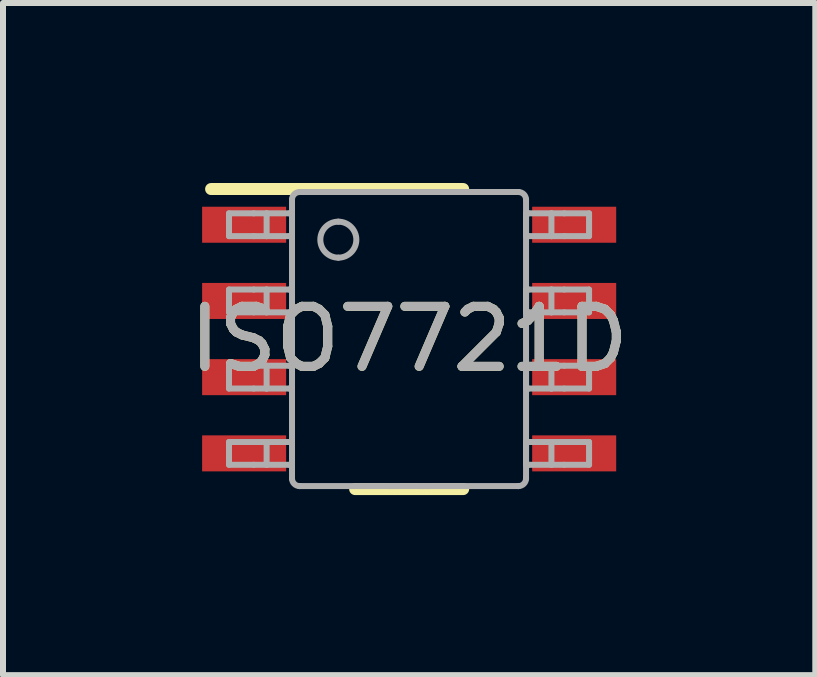
<source format=kicad_pcb>
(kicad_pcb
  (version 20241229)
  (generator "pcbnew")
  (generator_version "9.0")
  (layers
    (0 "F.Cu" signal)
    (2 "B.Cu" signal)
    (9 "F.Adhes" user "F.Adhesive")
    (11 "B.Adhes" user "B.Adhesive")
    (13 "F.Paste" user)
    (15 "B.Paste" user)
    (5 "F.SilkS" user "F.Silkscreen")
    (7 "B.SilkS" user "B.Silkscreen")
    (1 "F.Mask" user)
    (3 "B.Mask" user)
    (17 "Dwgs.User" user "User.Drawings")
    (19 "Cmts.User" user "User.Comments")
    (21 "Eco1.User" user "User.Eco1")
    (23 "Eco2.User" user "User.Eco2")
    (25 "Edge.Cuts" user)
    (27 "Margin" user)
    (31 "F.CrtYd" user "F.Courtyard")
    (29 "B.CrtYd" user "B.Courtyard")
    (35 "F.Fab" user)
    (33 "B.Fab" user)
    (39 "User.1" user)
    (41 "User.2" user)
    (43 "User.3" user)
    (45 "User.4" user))
  (footprint "ISO7721D"
    (layer "F.Cu")
    (at 3.768 2.6)
    (property "Reference" "ISO7721D" (at 0 0 0) (unlocked yes) (layer "F.SilkS") (effects (font (size 1 1) (thickness 0.15))))
    (attr smd)
    (fp_line (start -3.3 -2.5) (end 0.9 -2.5) (stroke (width 0.2) (type solid)) (layer "F.SilkS"))
    (fp_line (start -0.9 2.5) (end 0.9 2.5) (stroke (width 0.2) (type solid)) (layer "F.SilkS"))
    (fp_line (start -3.002 -2.095) (end -2.589 -2.095) (stroke (width 0.1) (type solid)) (layer "F.Fab"))
    (fp_line (start -3.002 -1.715) (end -3.002 -2.095) (stroke (width 0.1) (type solid)) (layer "F.Fab"))
    (fp_line (start -3.002 -1.715) (end -2.589 -1.715) (stroke (width 0.1) (type solid)) (layer "F.Fab"))
    (fp_line (start -3.002 -0.825) (end -2.589 -0.825) (stroke (width 0.1) (type solid)) (layer "F.Fab"))
    (fp_line (start -3.002 -0.445) (end -3.002 -0.825) (stroke (width 0.1) (type solid)) (layer "F.Fab"))
    (fp_line (start -3.002 -0.445) (end -2.589 -0.445) (stroke (width 0.1) (type solid)) (layer "F.Fab"))
    (fp_line (start -3.002 0.445) (end -2.589 0.445) (stroke (width 0.1) (type solid)) (layer "F.Fab"))
    (fp_line (start -3.002 0.825) (end -3.002 0.445) (stroke (width 0.1) (type solid)) (layer "F.Fab"))
    (fp_line (start -3.002 0.825) (end -2.589 0.825) (stroke (width 0.1) (type solid)) (layer "F.Fab"))
    (fp_line (start -3.002 1.715) (end -2.589 1.715) (stroke (width 0.1) (type solid)) (layer "F.Fab"))
    (fp_line (start -3.002 2.095) (end -3.002 1.715) (stroke (width 0.1) (type solid)) (layer "F.Fab"))
    (fp_line (start -3.002 2.095) (end -2.589 2.095) (stroke (width 0.1) (type solid)) (layer "F.Fab"))
    (fp_line (start -2.589 -2.095) (end -2.375 -2.095) (stroke (width 0.1) (type solid)) (layer "F.Fab"))
    (fp_line (start -2.589 -1.715) (end -2.375 -1.715) (stroke (width 0.1) (type solid)) (layer "F.Fab"))
    (fp_line (start -2.589 -0.825) (end -2.375 -0.825) (stroke (width 0.1) (type solid)) (layer "F.Fab"))
    (fp_line (start -2.589 -0.445) (end -2.375 -0.445) (stroke (width 0.1) (type solid)) (layer "F.Fab"))
    (fp_line (start -2.589 0.445) (end -2.375 0.445) (stroke (width 0.1) (type solid)) (layer "F.Fab"))
    (fp_line (start -2.589 0.825) (end -2.375 0.825) (stroke (width 0.1) (type solid)) (layer "F.Fab"))
    (fp_line (start -2.589 1.715) (end -2.375 1.715) (stroke (width 0.1) (type solid)) (layer "F.Fab"))
    (fp_line (start -2.589 2.095) (end -2.375 2.095) (stroke (width 0.1) (type solid)) (layer "F.Fab"))
    (fp_line (start -2.375 -2.095) (end -1.995 -2.095) (stroke (width 0.1) (type solid)) (layer "F.Fab"))
    (fp_line (start -2.375 -1.715) (end -2.375 -2.095) (stroke (width 0.1) (type solid)) (layer "F.Fab"))
    (fp_line (start -2.375 -1.715) (end -1.995 -1.715) (stroke (width 0.1) (type solid)) (layer "F.Fab"))
    (fp_line (start -2.375 -0.825) (end -1.995 -0.825) (stroke (width 0.1) (type solid)) (layer "F.Fab"))
    (fp_line (start -2.375 -0.445) (end -2.375 -0.825) (stroke (width 0.1) (type solid)) (layer "F.Fab"))
    (fp_line (start -2.375 -0.445) (end -1.995 -0.445) (stroke (width 0.1) (type solid)) (layer "F.Fab"))
    (fp_line (start -2.375 0.445) (end -1.995 0.445) (stroke (width 0.1) (type solid)) (layer "F.Fab"))
    (fp_line (start -2.375 0.825) (end -2.375 0.445) (stroke (width 0.1) (type solid)) (layer "F.Fab"))
    (fp_line (start -2.375 0.825) (end -1.995 0.825) (stroke (width 0.1) (type solid)) (layer "F.Fab"))
    (fp_line (start -2.375 1.715) (end -1.995 1.715) (stroke (width 0.1) (type solid)) (layer "F.Fab"))
    (fp_line (start -2.375 2.095) (end -2.375 1.715) (stroke (width 0.1) (type solid)) (layer "F.Fab"))
    (fp_line (start -2.375 2.095) (end -1.995 2.095) (stroke (width 0.1) (type solid)) (layer "F.Fab"))
    (fp_line (start -1.995 -2.095) (end -1.952 -2.095) (stroke (width 0.1) (type solid)) (layer "F.Fab"))
    (fp_line (start -1.995 -1.715) (end -1.952 -1.715) (stroke (width 0.1) (type solid)) (layer "F.Fab"))
    (fp_line (start -1.995 -0.825) (end -1.952 -0.825) (stroke (width 0.1) (type solid)) (layer "F.Fab"))
    (fp_line (start -1.995 -0.445) (end -1.952 -0.445) (stroke (width 0.1) (type solid)) (layer "F.Fab"))
    (fp_line (start -1.995 0.445) (end -1.952 0.445) (stroke (width 0.1) (type solid)) (layer "F.Fab"))
    (fp_line (start -1.995 0.825) (end -1.952 0.825) (stroke (width 0.1) (type solid)) (layer "F.Fab"))
    (fp_line (start -1.995 1.715) (end -1.952 1.715) (stroke (width 0.1) (type solid)) (layer "F.Fab"))
    (fp_line (start -1.995 2.095) (end -1.952 2.095) (stroke (width 0.1) (type solid)) (layer "F.Fab"))
    (fp_line (start -1.952 -2.323) (end -1.952 -2.324) (stroke (width 0.1) (type solid)) (layer "F.Fab"))
    (fp_line (start -1.952 -1.715) (end -1.952 -2.095) (stroke (width 0.1) (type solid)) (layer "F.Fab"))
    (fp_line (start -1.952 -0.445) (end -1.952 -0.825) (stroke (width 0.1) (type solid)) (layer "F.Fab"))
    (fp_line (start -1.952 0.825) (end -1.952 0.445) (stroke (width 0.1) (type solid)) (layer "F.Fab"))
    (fp_line (start -1.952 2.095) (end -1.952 1.715) (stroke (width 0.1) (type solid)) (layer "F.Fab"))
    (fp_line (start -1.952 2.323) (end -1.952 -2.323) (stroke (width 0.1) (type solid)) (layer "F.Fab"))
    (fp_line (start -1.952 2.324) (end -1.952 2.323) (stroke (width 0.1) (type solid)) (layer "F.Fab"))
    (fp_line (start -1.826 -2.45) (end -1.825 -2.45) (stroke (width 0.1) (type solid)) (layer "F.Fab"))
    (fp_line (start -1.826 2.45) (end -1.825 2.45) (stroke (width 0.1) (type solid)) (layer "F.Fab"))
    (fp_line (start -1.825 -2.45) (end -0.332 -2.45) (stroke (width 0.1) (type solid)) (layer "F.Fab"))
    (fp_line (start -1.825 2.45) (end -0.332 2.45) (stroke (width 0.1) (type solid)) (layer "F.Fab"))
    (fp_line (start -0.332 -2.45) (end -0.182 -2.45) (stroke (width 0.1) (type solid)) (layer "F.Fab"))
    (fp_line (start -0.332 -2.45) (end -0.182 -2.45) (stroke (width 0.1) (type solid)) (layer "F.Fab"))
    (fp_line (start -0.332 2.45) (end -0.182 2.45) (stroke (width 0.1) (type solid)) (layer "F.Fab"))
    (fp_line (start -0.332 2.45) (end -0.182 2.45) (stroke (width 0.1) (type solid)) (layer "F.Fab"))
    (fp_line (start -0.182 -2.45) (end 0.178 -2.45) (stroke (width 0.1) (type solid)) (layer "F.Fab"))
    (fp_line (start -0.182 2.45) (end 0.178 2.45) (stroke (width 0.1) (type solid)) (layer "F.Fab"))
    (fp_line (start 0.178 -2.45) (end 0.328 -2.45) (stroke (width 0.1) (type solid)) (layer "F.Fab"))
    (fp_line (start 0.178 -2.45) (end 0.328 -2.45) (stroke (width 0.1) (type solid)) (layer "F.Fab"))
    (fp_line (start 0.178 2.45) (end 0.328 2.45) (stroke (width 0.1) (type solid)) (layer "F.Fab"))
    (fp_line (start 0.178 2.45) (end 0.328 2.45) (stroke (width 0.1) (type solid)) (layer "F.Fab"))
    (fp_line (start 0.328 -2.45) (end 1.821 -2.45) (stroke (width 0.1) (type solid)) (layer "F.Fab"))
    (fp_line (start 0.328 2.45) (end 1.821 2.45) (stroke (width 0.1) (type solid)) (layer "F.Fab"))
    (fp_line (start 1.821 -2.45) (end 1.822 -2.45) (stroke (width 0.1) (type solid)) (layer "F.Fab"))
    (fp_line (start 1.821 2.45) (end 1.822 2.45) (stroke (width 0.1) (type solid)) (layer "F.Fab"))
    (fp_line (start 1.948 -2.323) (end 1.948 -2.324) (stroke (width 0.1) (type solid)) (layer "F.Fab"))
    (fp_line (start 1.948 -2.095) (end 1.991 -2.095) (stroke (width 0.1) (type solid)) (layer "F.Fab"))
    (fp_line (start 1.948 -1.715) (end 1.948 -2.095) (stroke (width 0.1) (type solid)) (layer "F.Fab"))
    (fp_line (start 1.948 -1.715) (end 1.991 -1.715) (stroke (width 0.1) (type solid)) (layer "F.Fab"))
    (fp_line (start 1.948 -0.825) (end 1.991 -0.825) (stroke (width 0.1) (type solid)) (layer "F.Fab"))
    (fp_line (start 1.948 -0.445) (end 1.948 -0.825) (stroke (width 0.1) (type solid)) (layer "F.Fab"))
    (fp_line (start 1.948 -0.445) (end 1.991 -0.445) (stroke (width 0.1) (type solid)) (layer "F.Fab"))
    (fp_line (start 1.948 0.445) (end 1.991 0.445) (stroke (width 0.1) (type solid)) (layer "F.Fab"))
    (fp_line (start 1.948 0.825) (end 1.948 0.445) (stroke (width 0.1) (type solid)) (layer "F.Fab"))
    (fp_line (start 1.948 0.825) (end 1.991 0.825) (stroke (width 0.1) (type solid)) (layer "F.Fab"))
    (fp_line (start 1.948 1.715) (end 1.991 1.715) (stroke (width 0.1) (type solid)) (layer "F.Fab"))
    (fp_line (start 1.948 2.095) (end 1.948 1.715) (stroke (width 0.1) (type solid)) (layer "F.Fab"))
    (fp_line (start 1.948 2.095) (end 1.991 2.095) (stroke (width 0.1) (type solid)) (layer "F.Fab"))
    (fp_line (start 1.948 2.323) (end 1.948 -2.323) (stroke (width 0.1) (type solid)) (layer "F.Fab"))
    (fp_line (start 1.948 2.324) (end 1.948 2.323) (stroke (width 0.1) (type solid)) (layer "F.Fab"))
    (fp_line (start 1.991 -2.095) (end 2.371 -2.095) (stroke (width 0.1) (type solid)) (layer "F.Fab"))
    (fp_line (start 1.991 -1.715) (end 2.371 -1.715) (stroke (width 0.1) (type solid)) (layer "F.Fab"))
    (fp_line (start 1.991 -0.825) (end 2.371 -0.825) (stroke (width 0.1) (type solid)) (layer "F.Fab"))
    (fp_line (start 1.991 -0.445) (end 2.371 -0.445) (stroke (width 0.1) (type solid)) (layer "F.Fab"))
    (fp_line (start 1.991 0.445) (end 2.371 0.445) (stroke (width 0.1) (type solid)) (layer "F.Fab"))
    (fp_line (start 1.991 0.825) (end 2.371 0.825) (stroke (width 0.1) (type solid)) (layer "F.Fab"))
    (fp_line (start 1.991 1.715) (end 2.371 1.715) (stroke (width 0.1) (type solid)) (layer "F.Fab"))
    (fp_line (start 1.991 2.095) (end 2.371 2.095) (stroke (width 0.1) (type solid)) (layer "F.Fab"))
    (fp_line (start 2.371 -2.095) (end 2.585 -2.095) (stroke (width 0.1) (type solid)) (layer "F.Fab"))
    (fp_line (start 2.371 -1.715) (end 2.371 -2.095) (stroke (width 0.1) (type solid)) (layer "F.Fab"))
    (fp_line (start 2.371 -1.715) (end 2.585 -1.715) (stroke (width 0.1) (type solid)) (layer "F.Fab"))
    (fp_line (start 2.371 -0.825) (end 2.585 -0.825) (stroke (width 0.1) (type solid)) (layer "F.Fab"))
    (fp_line (start 2.371 -0.445) (end 2.371 -0.825) (stroke (width 0.1) (type solid)) (layer "F.Fab"))
    (fp_line (start 2.371 -0.445) (end 2.585 -0.445) (stroke (width 0.1) (type solid)) (layer "F.Fab"))
    (fp_line (start 2.371 0.445) (end 2.585 0.445) (stroke (width 0.1) (type solid)) (layer "F.Fab"))
    (fp_line (start 2.371 0.825) (end 2.371 0.445) (stroke (width 0.1) (type solid)) (layer "F.Fab"))
    (fp_line (start 2.371 0.825) (end 2.585 0.825) (stroke (width 0.1) (type solid)) (layer "F.Fab"))
    (fp_line (start 2.371 1.715) (end 2.585 1.715) (stroke (width 0.1) (type solid)) (layer "F.Fab"))
    (fp_line (start 2.371 2.095) (end 2.371 1.715) (stroke (width 0.1) (type solid)) (layer "F.Fab"))
    (fp_line (start 2.371 2.095) (end 2.585 2.095) (stroke (width 0.1) (type solid)) (layer "F.Fab"))
    (fp_line (start 2.585 -2.095) (end 2.998 -2.095) (stroke (width 0.1) (type solid)) (layer "F.Fab"))
    (fp_line (start 2.585 -1.715) (end 2.998 -1.715) (stroke (width 0.1) (type solid)) (layer "F.Fab"))
    (fp_line (start 2.585 -0.825) (end 2.998 -0.825) (stroke (width 0.1) (type solid)) (layer "F.Fab"))
    (fp_line (start 2.585 -0.445) (end 2.998 -0.445) (stroke (width 0.1) (type solid)) (layer "F.Fab"))
    (fp_line (start 2.585 0.445) (end 2.998 0.445) (stroke (width 0.1) (type solid)) (layer "F.Fab"))
    (fp_line (start 2.585 0.825) (end 2.998 0.825) (stroke (width 0.1) (type solid)) (layer "F.Fab"))
    (fp_line (start 2.585 1.715) (end 2.998 1.715) (stroke (width 0.1) (type solid)) (layer "F.Fab"))
    (fp_line (start 2.585 2.095) (end 2.998 2.095) (stroke (width 0.1) (type solid)) (layer "F.Fab"))
    (fp_line (start 2.998 -1.715) (end 2.998 -2.095) (stroke (width 0.1) (type solid)) (layer "F.Fab"))
    (fp_line (start 2.998 -0.445) (end 2.998 -0.825) (stroke (width 0.1) (type solid)) (layer "F.Fab"))
    (fp_line (start 2.998 0.825) (end 2.998 0.445) (stroke (width 0.1) (type solid)) (layer "F.Fab"))
    (fp_line (start 2.998 2.095) (end 2.998 1.715) (stroke (width 0.1) (type solid)) (layer "F.Fab"))
    (fp_arc (start -1.952002 -2.323941) (mid -1.914806 -2.412806) (end -1.825941 -2.450002) (stroke (width 0.1) (type solid)) (layer "F.Fab"))
    (fp_arc (start -1.825941 2.449992) (mid -1.914806 2.412795) (end -1.952002 2.323931) (stroke (width 0.1) (type solid)) (layer "F.Fab"))
    (fp_arc (start -1.18 -1.956199) (mid -0.880001 -1.656199) (end -1.18 -1.3562) (stroke (width 0.1) (type solid)) (layer "F.Fab"))
    (fp_arc (start -1.18 -1.3562) (mid -1.48 -1.656199) (end -1.18 -1.956199) (stroke (width 0.1) (type solid)) (layer "F.Fab"))
    (fp_arc (start 1.821933 -2.450002) (mid 1.910797 -2.412806) (end 1.947994 -2.323941) (stroke (width 0.1) (type solid)) (layer "F.Fab"))
    (fp_arc (start 1.947994 2.323931) (mid 1.910797 2.412795) (end 1.821933 2.449992) (stroke (width 0.1) (type solid)) (layer "F.Fab"))
    (fp_text user "${REFERENCE}" (at 0 0 0) (unlocked yes) (layer "F.Fab") (effects (font (size 1 1) (thickness 0.15))))
    (pad "1" smd rect (at -2.75 -1.905 90) (size 0.6 1.4) (layers "F.Cu" "F.Mask" "F.Paste"))
    (pad "2" smd rect (at -2.75 -0.635 90) (size 0.6 1.4) (layers "F.Cu" "F.Mask" "F.Paste"))
    (pad "3" smd rect (at -2.75 0.635 90) (size 0.6 1.4) (layers "F.Cu" "F.Mask" "F.Paste"))
    (pad "4" smd rect (at -2.75 1.905 90) (size 0.6 1.4) (layers "F.Cu" "F.Mask" "F.Paste"))
    (pad "5" smd rect (at 2.75 1.905 90) (size 0.6 1.4) (layers "F.Cu" "F.Mask" "F.Paste"))
    (pad "6" smd rect (at 2.75 0.635 90) (size 0.6 1.4) (layers "F.Cu" "F.Mask" "F.Paste"))
    (pad "7" smd rect (at 2.75 -0.635 90) (size 0.6 1.4) (layers "F.Cu" "F.Mask" "F.Paste"))
    (pad "8" smd rect (at 2.75 -1.905 90) (size 0.6 1.4) (layers "F.Cu" "F.Mask" "F.Paste")))
  (gr_rect
    (start -3 -3)
    (end 10.536 8.2)
    (stroke (width 0.1) (type default))
    (fill no)
    (layer "Edge.Cuts")))
</source>
